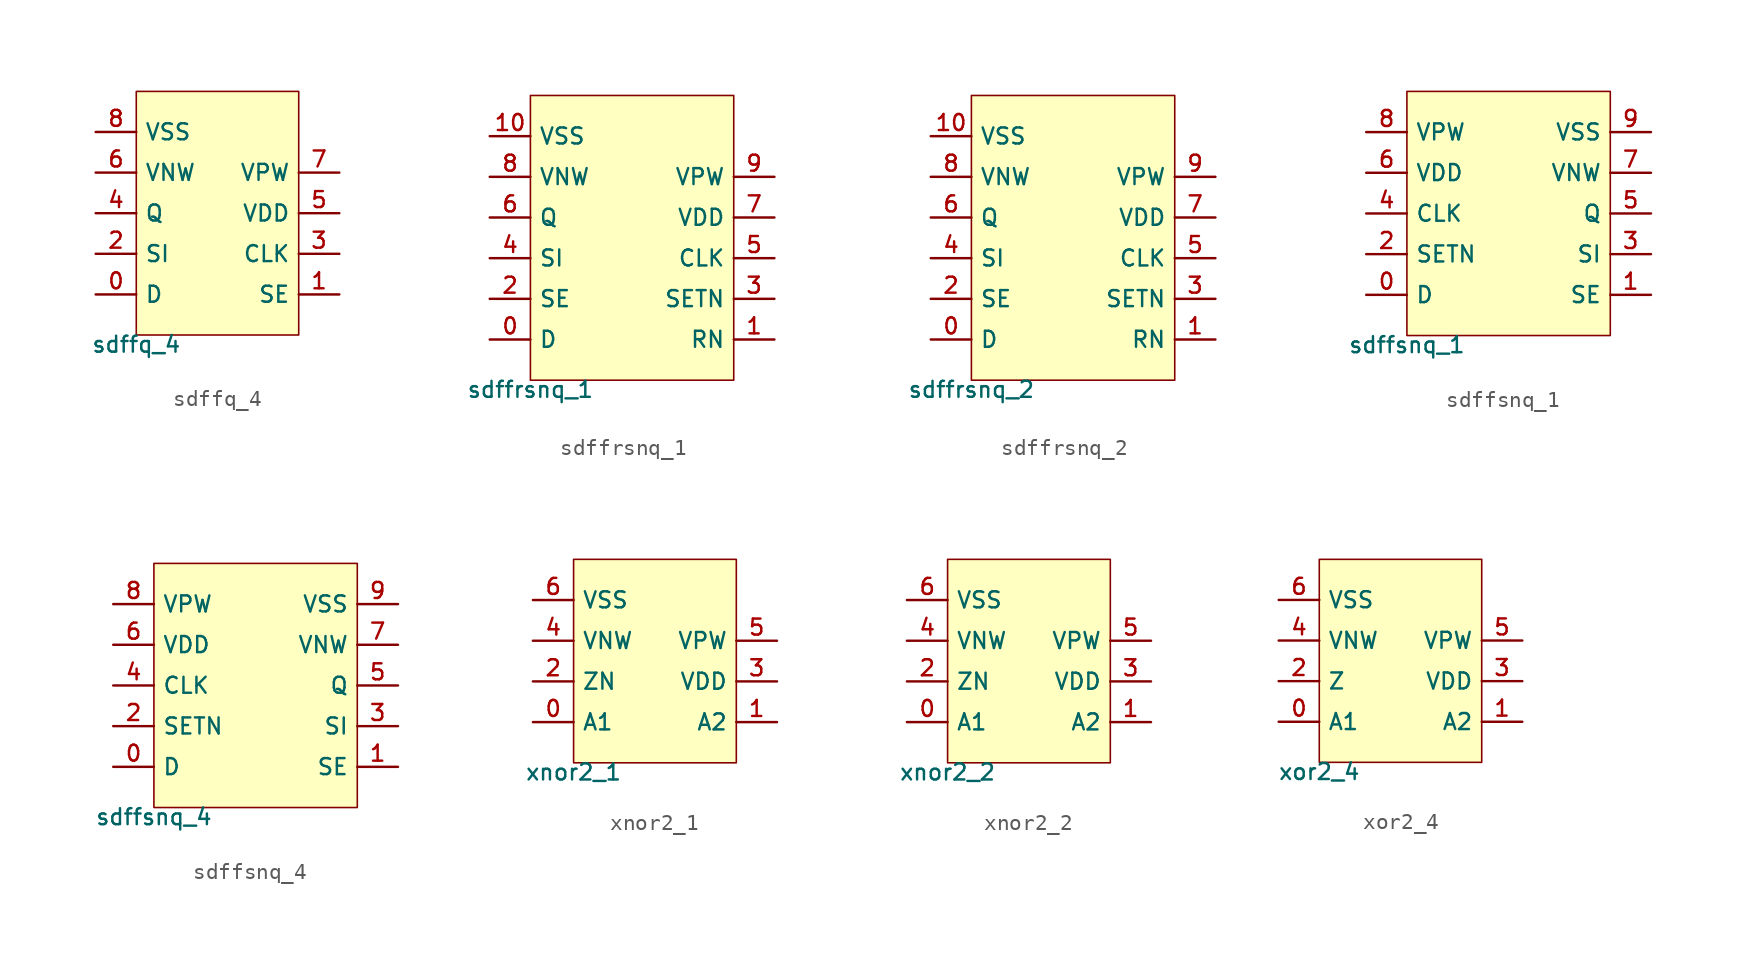
<source format=kicad_sym>
(kicad_symbol_lib
  (version 20211014)
  (generator pdk2kicad)
  (symbol "sdffq_4"
    (property "Reference" "X"
      (at 0 0 0)
      (effects (font (size 1 1)) hide))
    (property "Value" "sdffq_4"
      (at -5.08 -7.62 0)
      (effects (font (size 1 1)) (justify top)))
    (rectangle
      (start -5.08 -7.62)
      (end 5.08 7.62)
      (stroke (width 0.1) (type solid) (color 0 0 0 0))
      (fill (type background)))
    (pin bidirectional line
      (at -7.62 -5.08 0)
      (length 2.54)
      (name "D" (effects (font (size 1 1)) hide))
      (number "0" (effects (font (size 1 1)) hide)))
    (pin bidirectional line
      (at 7.62 -5.08 180)
      (length 2.54)
      (name "SE" (effects (font (size 1 1)) hide))
      (number "1" (effects (font (size 1 1)) hide)))
    (pin bidirectional line
      (at -7.62 -2.54 0)
      (length 2.54)
      (name "SI" (effects (font (size 1 1)) hide))
      (number "2" (effects (font (size 1 1)) hide)))
    (pin bidirectional line
      (at 7.62 -2.54 180)
      (length 2.54)
      (name "CLK" (effects (font (size 1 1)) hide))
      (number "3" (effects (font (size 1 1)) hide)))
    (pin bidirectional line
      (at -7.62 8.881784197001252e-16 0)
      (length 2.54)
      (name "Q" (effects (font (size 1 1)) hide))
      (number "4" (effects (font (size 1 1)) hide)))
    (pin bidirectional line
      (at 7.62 8.881784197001252e-16 180)
      (length 2.54)
      (name "VDD" (effects (font (size 1 1)) hide))
      (number "5" (effects (font (size 1 1)) hide)))
    (pin bidirectional line
      (at -7.62 2.54 0)
      (length 2.54)
      (name "VNW" (effects (font (size 1 1)) hide))
      (number "6" (effects (font (size 1 1)) hide)))
    (pin bidirectional line
      (at 7.62 2.54 180)
      (length 2.54)
      (name "VPW" (effects (font (size 1 1)) hide))
      (number "7" (effects (font (size 1 1)) hide)))
    (pin bidirectional line
      (at -7.62 5.08 0)
      (length 2.54)
      (name "VSS" (effects (font (size 1 1)) hide))
      (number "8" (effects (font (size 1 1)) hide))))
  (symbol "sdffrsnq_1"
    (property "Reference" "X"
      (at 0 0 0)
      (effects (font (size 1 1)) hide))
    (property "Value" "sdffrsnq_1"
      (at -6.35 -8.89 0)
      (effects (font (size 1 1)) (justify top)))
    (rectangle
      (start -6.35 -8.89)
      (end 6.35 8.89)
      (stroke (width 0.1) (type solid) (color 0 0 0 0))
      (fill (type background)))
    (pin bidirectional line
      (at -8.89 -6.35 0)
      (length 2.54)
      (name "D" (effects (font (size 1 1)) hide))
      (number "0" (effects (font (size 1 1)) hide)))
    (pin bidirectional line
      (at 8.89 -6.35 180)
      (length 2.54)
      (name "RN" (effects (font (size 1 1)) hide))
      (number "1" (effects (font (size 1 1)) hide)))
    (pin bidirectional line
      (at -8.89 -3.81 0)
      (length 2.54)
      (name "SE" (effects (font (size 1 1)) hide))
      (number "2" (effects (font (size 1 1)) hide)))
    (pin bidirectional line
      (at 8.89 -3.81 180)
      (length 2.54)
      (name "SETN" (effects (font (size 1 1)) hide))
      (number "3" (effects (font (size 1 1)) hide)))
    (pin bidirectional line
      (at -8.89 -1.27 0)
      (length 2.54)
      (name "SI" (effects (font (size 1 1)) hide))
      (number "4" (effects (font (size 1 1)) hide)))
    (pin bidirectional line
      (at 8.89 -1.27 180)
      (length 2.54)
      (name "CLK" (effects (font (size 1 1)) hide))
      (number "5" (effects (font (size 1 1)) hide)))
    (pin bidirectional line
      (at -8.89 1.27 0)
      (length 2.54)
      (name "Q" (effects (font (size 1 1)) hide))
      (number "6" (effects (font (size 1 1)) hide)))
    (pin bidirectional line
      (at 8.89 1.27 180)
      (length 2.54)
      (name "VDD" (effects (font (size 1 1)) hide))
      (number "7" (effects (font (size 1 1)) hide)))
    (pin bidirectional line
      (at -8.89 3.81 0)
      (length 2.54)
      (name "VNW" (effects (font (size 1 1)) hide))
      (number "8" (effects (font (size 1 1)) hide)))
    (pin bidirectional line
      (at 8.89 3.81 180)
      (length 2.54)
      (name "VPW" (effects (font (size 1 1)) hide))
      (number "9" (effects (font (size 1 1)) hide)))
    (pin bidirectional line
      (at -8.89 6.35 0)
      (length 2.54)
      (name "VSS" (effects (font (size 1 1)) hide))
      (number "10" (effects (font (size 1 1)) hide))))
  (symbol "sdffrsnq_2"
    (property "Reference" "X"
      (at 0 0 0)
      (effects (font (size 1 1)) hide))
    (property "Value" "sdffrsnq_2"
      (at -6.35 -8.89 0)
      (effects (font (size 1 1)) (justify top)))
    (rectangle
      (start -6.35 -8.89)
      (end 6.35 8.89)
      (stroke (width 0.1) (type solid) (color 0 0 0 0))
      (fill (type background)))
    (pin bidirectional line
      (at -8.89 -6.35 0)
      (length 2.54)
      (name "D" (effects (font (size 1 1)) hide))
      (number "0" (effects (font (size 1 1)) hide)))
    (pin bidirectional line
      (at 8.89 -6.35 180)
      (length 2.54)
      (name "RN" (effects (font (size 1 1)) hide))
      (number "1" (effects (font (size 1 1)) hide)))
    (pin bidirectional line
      (at -8.89 -3.81 0)
      (length 2.54)
      (name "SE" (effects (font (size 1 1)) hide))
      (number "2" (effects (font (size 1 1)) hide)))
    (pin bidirectional line
      (at 8.89 -3.81 180)
      (length 2.54)
      (name "SETN" (effects (font (size 1 1)) hide))
      (number "3" (effects (font (size 1 1)) hide)))
    (pin bidirectional line
      (at -8.89 -1.27 0)
      (length 2.54)
      (name "SI" (effects (font (size 1 1)) hide))
      (number "4" (effects (font (size 1 1)) hide)))
    (pin bidirectional line
      (at 8.89 -1.27 180)
      (length 2.54)
      (name "CLK" (effects (font (size 1 1)) hide))
      (number "5" (effects (font (size 1 1)) hide)))
    (pin bidirectional line
      (at -8.89 1.27 0)
      (length 2.54)
      (name "Q" (effects (font (size 1 1)) hide))
      (number "6" (effects (font (size 1 1)) hide)))
    (pin bidirectional line
      (at 8.89 1.27 180)
      (length 2.54)
      (name "VDD" (effects (font (size 1 1)) hide))
      (number "7" (effects (font (size 1 1)) hide)))
    (pin bidirectional line
      (at -8.89 3.81 0)
      (length 2.54)
      (name "VNW" (effects (font (size 1 1)) hide))
      (number "8" (effects (font (size 1 1)) hide)))
    (pin bidirectional line
      (at 8.89 3.81 180)
      (length 2.54)
      (name "VPW" (effects (font (size 1 1)) hide))
      (number "9" (effects (font (size 1 1)) hide)))
    (pin bidirectional line
      (at -8.89 6.35 0)
      (length 2.54)
      (name "VSS" (effects (font (size 1 1)) hide))
      (number "10" (effects (font (size 1 1)) hide))))
  (symbol "sdffsnq_1"
    (property "Reference" "X"
      (at 0 0 0)
      (effects (font (size 1 1)) hide))
    (property "Value" "sdffsnq_1"
      (at -6.35 -7.62 0)
      (effects (font (size 1 1)) (justify top)))
    (rectangle
      (start -6.35 -7.62)
      (end 6.35 7.62)
      (stroke (width 0.1) (type solid) (color 0 0 0 0))
      (fill (type background)))
    (pin bidirectional line
      (at -8.89 -5.08 0)
      (length 2.54)
      (name "D" (effects (font (size 1 1)) hide))
      (number "0" (effects (font (size 1 1)) hide)))
    (pin bidirectional line
      (at 8.89 -5.08 180)
      (length 2.54)
      (name "SE" (effects (font (size 1 1)) hide))
      (number "1" (effects (font (size 1 1)) hide)))
    (pin bidirectional line
      (at -8.89 -2.54 0)
      (length 2.54)
      (name "SETN" (effects (font (size 1 1)) hide))
      (number "2" (effects (font (size 1 1)) hide)))
    (pin bidirectional line
      (at 8.89 -2.54 180)
      (length 2.54)
      (name "SI" (effects (font (size 1 1)) hide))
      (number "3" (effects (font (size 1 1)) hide)))
    (pin bidirectional line
      (at -8.89 8.881784197001252e-16 0)
      (length 2.54)
      (name "CLK" (effects (font (size 1 1)) hide))
      (number "4" (effects (font (size 1 1)) hide)))
    (pin bidirectional line
      (at 8.89 8.881784197001252e-16 180)
      (length 2.54)
      (name "Q" (effects (font (size 1 1)) hide))
      (number "5" (effects (font (size 1 1)) hide)))
    (pin bidirectional line
      (at -8.89 2.54 0)
      (length 2.54)
      (name "VDD" (effects (font (size 1 1)) hide))
      (number "6" (effects (font (size 1 1)) hide)))
    (pin bidirectional line
      (at 8.89 2.54 180)
      (length 2.54)
      (name "VNW" (effects (font (size 1 1)) hide))
      (number "7" (effects (font (size 1 1)) hide)))
    (pin bidirectional line
      (at -8.89 5.08 0)
      (length 2.54)
      (name "VPW" (effects (font (size 1 1)) hide))
      (number "8" (effects (font (size 1 1)) hide)))
    (pin bidirectional line
      (at 8.89 5.08 180)
      (length 2.54)
      (name "VSS" (effects (font (size 1 1)) hide))
      (number "9" (effects (font (size 1 1)) hide))))
  (symbol "sdffsnq_4"
    (property "Reference" "X"
      (at 0 0 0)
      (effects (font (size 1 1)) hide))
    (property "Value" "sdffsnq_4"
      (at -6.35 -7.62 0)
      (effects (font (size 1 1)) (justify top)))
    (rectangle
      (start -6.35 -7.62)
      (end 6.35 7.62)
      (stroke (width 0.1) (type solid) (color 0 0 0 0))
      (fill (type background)))
    (pin bidirectional line
      (at -8.89 -5.08 0)
      (length 2.54)
      (name "D" (effects (font (size 1 1)) hide))
      (number "0" (effects (font (size 1 1)) hide)))
    (pin bidirectional line
      (at 8.89 -5.08 180)
      (length 2.54)
      (name "SE" (effects (font (size 1 1)) hide))
      (number "1" (effects (font (size 1 1)) hide)))
    (pin bidirectional line
      (at -8.89 -2.54 0)
      (length 2.54)
      (name "SETN" (effects (font (size 1 1)) hide))
      (number "2" (effects (font (size 1 1)) hide)))
    (pin bidirectional line
      (at 8.89 -2.54 180)
      (length 2.54)
      (name "SI" (effects (font (size 1 1)) hide))
      (number "3" (effects (font (size 1 1)) hide)))
    (pin bidirectional line
      (at -8.89 8.881784197001252e-16 0)
      (length 2.54)
      (name "CLK" (effects (font (size 1 1)) hide))
      (number "4" (effects (font (size 1 1)) hide)))
    (pin bidirectional line
      (at 8.89 8.881784197001252e-16 180)
      (length 2.54)
      (name "Q" (effects (font (size 1 1)) hide))
      (number "5" (effects (font (size 1 1)) hide)))
    (pin bidirectional line
      (at -8.89 2.54 0)
      (length 2.54)
      (name "VDD" (effects (font (size 1 1)) hide))
      (number "6" (effects (font (size 1 1)) hide)))
    (pin bidirectional line
      (at 8.89 2.54 180)
      (length 2.54)
      (name "VNW" (effects (font (size 1 1)) hide))
      (number "7" (effects (font (size 1 1)) hide)))
    (pin bidirectional line
      (at -8.89 5.08 0)
      (length 2.54)
      (name "VPW" (effects (font (size 1 1)) hide))
      (number "8" (effects (font (size 1 1)) hide)))
    (pin bidirectional line
      (at 8.89 5.08 180)
      (length 2.54)
      (name "VSS" (effects (font (size 1 1)) hide))
      (number "9" (effects (font (size 1 1)) hide))))
  (symbol "xnor2_1"
    (property "Reference" "X"
      (at 0 0 0)
      (effects (font (size 1 1)) hide))
    (property "Value" "xnor2_1"
      (at -5.08 -6.35 0)
      (effects (font (size 1 1)) (justify top)))
    (rectangle
      (start -5.08 -6.35)
      (end 5.08 6.35)
      (stroke (width 0.1) (type solid) (color 0 0 0 0))
      (fill (type background)))
    (pin bidirectional line
      (at -7.62 -3.81 0)
      (length 2.54)
      (name "A1" (effects (font (size 1 1)) hide))
      (number "0" (effects (font (size 1 1)) hide)))
    (pin bidirectional line
      (at 7.62 -3.81 180)
      (length 2.54)
      (name "A2" (effects (font (size 1 1)) hide))
      (number "1" (effects (font (size 1 1)) hide)))
    (pin bidirectional line
      (at -7.62 -1.27 0)
      (length 2.54)
      (name "ZN" (effects (font (size 1 1)) hide))
      (number "2" (effects (font (size 1 1)) hide)))
    (pin bidirectional line
      (at 7.62 -1.27 180)
      (length 2.54)
      (name "VDD" (effects (font (size 1 1)) hide))
      (number "3" (effects (font (size 1 1)) hide)))
    (pin bidirectional line
      (at -7.62 1.27 0)
      (length 2.54)
      (name "VNW" (effects (font (size 1 1)) hide))
      (number "4" (effects (font (size 1 1)) hide)))
    (pin bidirectional line
      (at 7.62 1.27 180)
      (length 2.54)
      (name "VPW" (effects (font (size 1 1)) hide))
      (number "5" (effects (font (size 1 1)) hide)))
    (pin bidirectional line
      (at -7.62 3.81 0)
      (length 2.54)
      (name "VSS" (effects (font (size 1 1)) hide))
      (number "6" (effects (font (size 1 1)) hide))))
  (symbol "xnor2_2"
    (property "Reference" "X"
      (at 0 0 0)
      (effects (font (size 1 1)) hide))
    (property "Value" "xnor2_2"
      (at -5.08 -6.35 0)
      (effects (font (size 1 1)) (justify top)))
    (rectangle
      (start -5.08 -6.35)
      (end 5.08 6.35)
      (stroke (width 0.1) (type solid) (color 0 0 0 0))
      (fill (type background)))
    (pin bidirectional line
      (at -7.62 -3.81 0)
      (length 2.54)
      (name "A1" (effects (font (size 1 1)) hide))
      (number "0" (effects (font (size 1 1)) hide)))
    (pin bidirectional line
      (at 7.62 -3.81 180)
      (length 2.54)
      (name "A2" (effects (font (size 1 1)) hide))
      (number "1" (effects (font (size 1 1)) hide)))
    (pin bidirectional line
      (at -7.62 -1.27 0)
      (length 2.54)
      (name "ZN" (effects (font (size 1 1)) hide))
      (number "2" (effects (font (size 1 1)) hide)))
    (pin bidirectional line
      (at 7.62 -1.27 180)
      (length 2.54)
      (name "VDD" (effects (font (size 1 1)) hide))
      (number "3" (effects (font (size 1 1)) hide)))
    (pin bidirectional line
      (at -7.62 1.27 0)
      (length 2.54)
      (name "VNW" (effects (font (size 1 1)) hide))
      (number "4" (effects (font (size 1 1)) hide)))
    (pin bidirectional line
      (at 7.62 1.27 180)
      (length 2.54)
      (name "VPW" (effects (font (size 1 1)) hide))
      (number "5" (effects (font (size 1 1)) hide)))
    (pin bidirectional line
      (at -7.62 3.81 0)
      (length 2.54)
      (name "VSS" (effects (font (size 1 1)) hide))
      (number "6" (effects (font (size 1 1)) hide))))
  (symbol "xor2_4"
    (property "Reference" "X"
      (at 0 0 0)
      (effects (font (size 1 1)) hide))
    (property "Value" "xor2_4"
      (at -5.08 -6.35 0)
      (effects (font (size 1 1)) (justify top)))
    (rectangle
      (start -5.08 -6.35)
      (end 5.08 6.35)
      (stroke (width 0.1) (type solid) (color 0 0 0 0))
      (fill (type background)))
    (pin bidirectional line
      (at -7.62 -3.81 0)
      (length 2.54)
      (name "A1" (effects (font (size 1 1)) hide))
      (number "0" (effects (font (size 1 1)) hide)))
    (pin bidirectional line
      (at 7.62 -3.81 180)
      (length 2.54)
      (name "A2" (effects (font (size 1 1)) hide))
      (number "1" (effects (font (size 1 1)) hide)))
    (pin bidirectional line
      (at -7.62 -1.27 0)
      (length 2.54)
      (name "Z" (effects (font (size 1 1)) hide))
      (number "2" (effects (font (size 1 1)) hide)))
    (pin bidirectional line
      (at 7.62 -1.27 180)
      (length 2.54)
      (name "VDD" (effects (font (size 1 1)) hide))
      (number "3" (effects (font (size 1 1)) hide)))
    (pin bidirectional line
      (at -7.62 1.27 0)
      (length 2.54)
      (name "VNW" (effects (font (size 1 1)) hide))
      (number "4" (effects (font (size 1 1)) hide)))
    (pin bidirectional line
      (at 7.62 1.27 180)
      (length 2.54)
      (name "VPW" (effects (font (size 1 1)) hide))
      (number "5" (effects (font (size 1 1)) hide)))
    (pin bidirectional line
      (at -7.62 3.81 0)
      (length 2.54)
      (name "VSS" (effects (font (size 1 1)) hide))
      (number "6" (effects (font (size 1 1)) hide)))))
</source>
